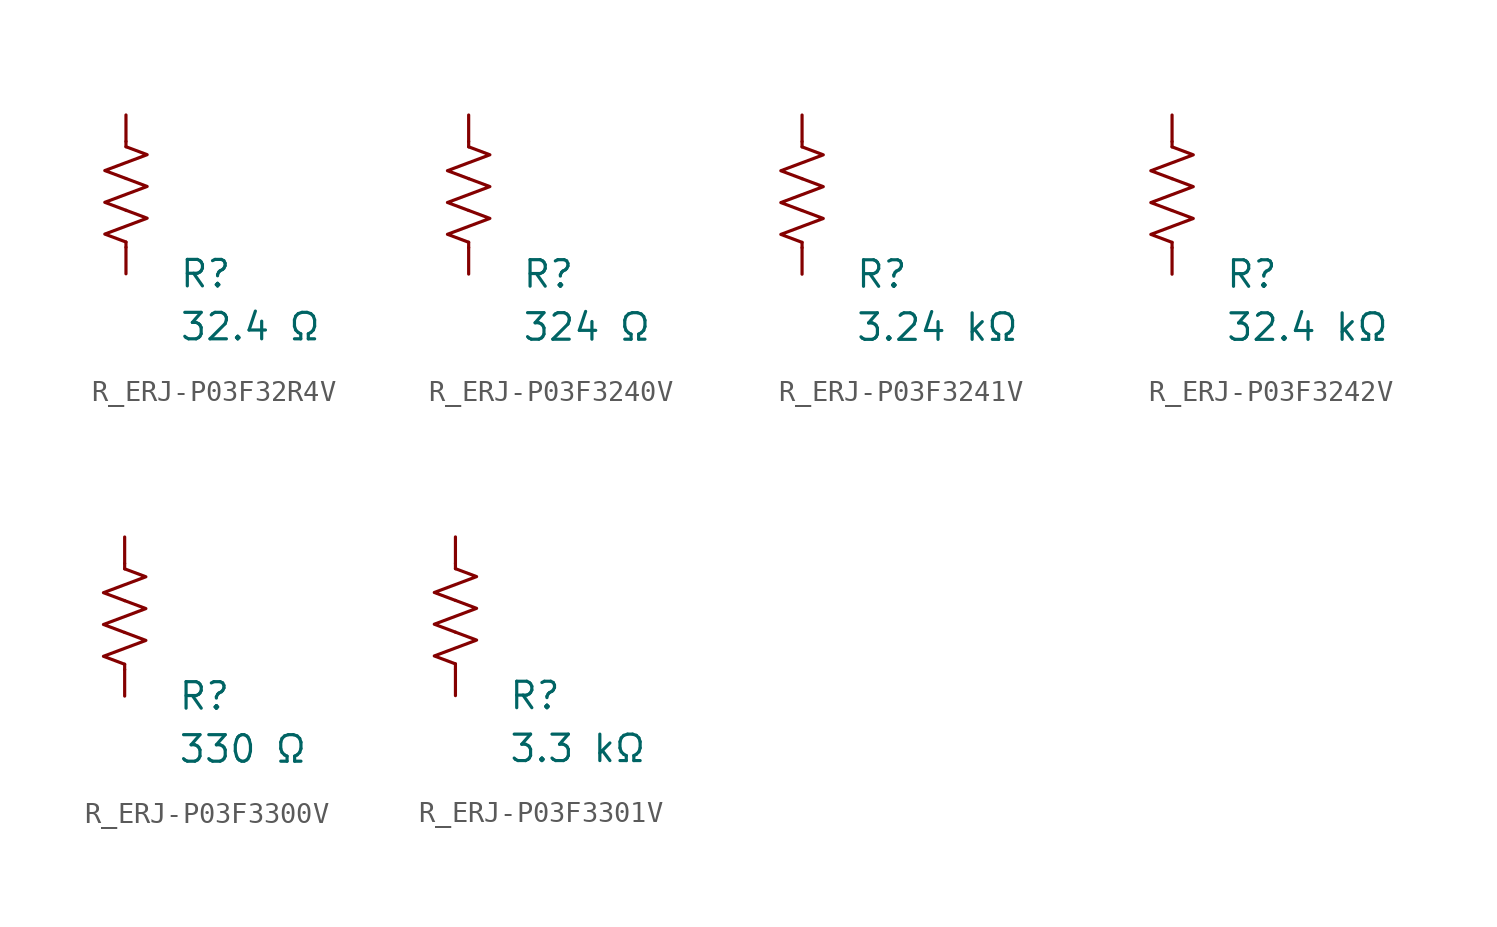
<source format=kicad_sym>
(kicad_symbol_lib
  (version 20231120)
  (generator "kicad_symbol_editor")
  (generator_version "8.0")
  (symbol "R_ERJ-P03F32R4V"
    (pin_numbers hide)
    (pin_names
      (offset 0))
    (property "Reference" "R"
      (at 2.54 -3.81 0)
      (effects (font (size 1.27 1.27)) (justify left))
      (show_name no))
    (property "Value" "32.4 Ω"
      (at 2.54 -6.35 0)
      (effects (font (size 1.27 1.27)) (justify left))
      (show_name no))
    (symbol "R_ERJ-P03F32R4V_0_1"
      (polyline (pts (xy 0 -2.286) (xy 0 -2.54)) (stroke (width 0) (type default)) (fill (type none)))
      (polyline (pts (xy 0 2.286) (xy 0 2.54)) (stroke (width 0) (type default)) (fill (type none)))
      (polyline (pts (xy 0 -0.762) (xy 1.016 -1.143) (xy 0 -1.524) (xy -1.016 -1.905) (xy 0 -2.286)) (stroke (width 0) (type default)) (fill (type none)))
      (polyline (pts (xy 0 0.762) (xy 1.016 0.381) (xy 0 0) (xy -1.016 -0.381) (xy 0 -0.762)) (stroke (width 0) (type default)) (fill (type none)))
      (polyline (pts (xy 0 2.286) (xy 1.016 1.905) (xy 0 1.524) (xy -1.016 1.143) (xy 0 0.762)) (stroke (width 0) (type default)) (fill (type none))))
    (symbol "R_ERJ-P03F32R4V_1_1"
      (pin passive line (at 0 3.81 270) (length 1.27) (name "~" (effects (font (size 1.27 1.27)))) (number "1" (effects (font (size 1.27 1.27)))))
      (pin passive line (at 0 -3.81 90) (length 1.27) (name "~" (effects (font (size 1.27 1.27)))) (number "2" (effects (font (size 1.27 1.27)))))))
  (symbol "R_ERJ-P03F3240V"
    (pin_numbers hide)
    (pin_names
      (offset 0))
    (property "Reference" "R"
      (at 2.54 -3.81 0)
      (effects (font (size 1.27 1.27)) (justify left))
      (show_name no))
    (property "Value" "324 Ω"
      (at 2.54 -6.35 0)
      (effects (font (size 1.27 1.27)) (justify left))
      (show_name no))
    (symbol "R_ERJ-P03F3240V_0_1"
      (polyline (pts (xy 0 -2.286) (xy 0 -2.54)) (stroke (width 0) (type default)) (fill (type none)))
      (polyline (pts (xy 0 2.286) (xy 0 2.54)) (stroke (width 0) (type default)) (fill (type none)))
      (polyline (pts (xy 0 -0.762) (xy 1.016 -1.143) (xy 0 -1.524) (xy -1.016 -1.905) (xy 0 -2.286)) (stroke (width 0) (type default)) (fill (type none)))
      (polyline (pts (xy 0 0.762) (xy 1.016 0.381) (xy 0 0) (xy -1.016 -0.381) (xy 0 -0.762)) (stroke (width 0) (type default)) (fill (type none)))
      (polyline (pts (xy 0 2.286) (xy 1.016 1.905) (xy 0 1.524) (xy -1.016 1.143) (xy 0 0.762)) (stroke (width 0) (type default)) (fill (type none))))
    (symbol "R_ERJ-P03F3240V_1_1"
      (pin passive line (at 0 3.81 270) (length 1.27) (name "~" (effects (font (size 1.27 1.27)))) (number "1" (effects (font (size 1.27 1.27)))))
      (pin passive line (at 0 -3.81 90) (length 1.27) (name "~" (effects (font (size 1.27 1.27)))) (number "2" (effects (font (size 1.27 1.27)))))))
  (symbol "R_ERJ-P03F3241V"
    (pin_numbers hide)
    (pin_names
      (offset 0))
    (property "Reference" "R"
      (at 2.54 -3.81 0)
      (effects (font (size 1.27 1.27)) (justify left))
      (show_name no))
    (property "Value" "3.24 kΩ"
      (at 2.54 -6.35 0)
      (effects (font (size 1.27 1.27)) (justify left))
      (show_name no))
    (symbol "R_ERJ-P03F3241V_0_1"
      (polyline (pts (xy 0 -2.286) (xy 0 -2.54)) (stroke (width 0) (type default)) (fill (type none)))
      (polyline (pts (xy 0 2.286) (xy 0 2.54)) (stroke (width 0) (type default)) (fill (type none)))
      (polyline (pts (xy 0 -0.762) (xy 1.016 -1.143) (xy 0 -1.524) (xy -1.016 -1.905) (xy 0 -2.286)) (stroke (width 0) (type default)) (fill (type none)))
      (polyline (pts (xy 0 0.762) (xy 1.016 0.381) (xy 0 0) (xy -1.016 -0.381) (xy 0 -0.762)) (stroke (width 0) (type default)) (fill (type none)))
      (polyline (pts (xy 0 2.286) (xy 1.016 1.905) (xy 0 1.524) (xy -1.016 1.143) (xy 0 0.762)) (stroke (width 0) (type default)) (fill (type none))))
    (symbol "R_ERJ-P03F3241V_1_1"
      (pin passive line (at 0 3.81 270) (length 1.27) (name "~" (effects (font (size 1.27 1.27)))) (number "1" (effects (font (size 1.27 1.27)))))
      (pin passive line (at 0 -3.81 90) (length 1.27) (name "~" (effects (font (size 1.27 1.27)))) (number "2" (effects (font (size 1.27 1.27)))))))
  (symbol "R_ERJ-P03F3242V"
    (pin_numbers hide)
    (pin_names
      (offset 0))
    (property "Reference" "R"
      (at 2.54 -3.81 0)
      (effects (font (size 1.27 1.27)) (justify left))
      (show_name no))
    (property "Value" "32.4 kΩ"
      (at 2.54 -6.35 0)
      (effects (font (size 1.27 1.27)) (justify left))
      (show_name no))
    (symbol "R_ERJ-P03F3242V_0_1"
      (polyline (pts (xy 0 -2.286) (xy 0 -2.54)) (stroke (width 0) (type default)) (fill (type none)))
      (polyline (pts (xy 0 2.286) (xy 0 2.54)) (stroke (width 0) (type default)) (fill (type none)))
      (polyline (pts (xy 0 -0.762) (xy 1.016 -1.143) (xy 0 -1.524) (xy -1.016 -1.905) (xy 0 -2.286)) (stroke (width 0) (type default)) (fill (type none)))
      (polyline (pts (xy 0 0.762) (xy 1.016 0.381) (xy 0 0) (xy -1.016 -0.381) (xy 0 -0.762)) (stroke (width 0) (type default)) (fill (type none)))
      (polyline (pts (xy 0 2.286) (xy 1.016 1.905) (xy 0 1.524) (xy -1.016 1.143) (xy 0 0.762)) (stroke (width 0) (type default)) (fill (type none))))
    (symbol "R_ERJ-P03F3242V_1_1"
      (pin passive line (at 0 3.81 270) (length 1.27) (name "~" (effects (font (size 1.27 1.27)))) (number "1" (effects (font (size 1.27 1.27)))))
      (pin passive line (at 0 -3.81 90) (length 1.27) (name "~" (effects (font (size 1.27 1.27)))) (number "2" (effects (font (size 1.27 1.27)))))))
  (symbol "R_ERJ-P03F3300V"
    (pin_numbers hide)
    (pin_names
      (offset 0))
    (property "Reference" "R"
      (at 2.54 -3.81 0)
      (effects (font (size 1.27 1.27)) (justify left))
      (show_name no))
    (property "Value" "330 Ω"
      (at 2.54 -6.35 0)
      (effects (font (size 1.27 1.27)) (justify left))
      (show_name no))
    (symbol "R_ERJ-P03F3300V_0_1"
      (polyline (pts (xy 0 -2.286) (xy 0 -2.54)) (stroke (width 0) (type default)) (fill (type none)))
      (polyline (pts (xy 0 2.286) (xy 0 2.54)) (stroke (width 0) (type default)) (fill (type none)))
      (polyline (pts (xy 0 -0.762) (xy 1.016 -1.143) (xy 0 -1.524) (xy -1.016 -1.905) (xy 0 -2.286)) (stroke (width 0) (type default)) (fill (type none)))
      (polyline (pts (xy 0 0.762) (xy 1.016 0.381) (xy 0 0) (xy -1.016 -0.381) (xy 0 -0.762)) (stroke (width 0) (type default)) (fill (type none)))
      (polyline (pts (xy 0 2.286) (xy 1.016 1.905) (xy 0 1.524) (xy -1.016 1.143) (xy 0 0.762)) (stroke (width 0) (type default)) (fill (type none))))
    (symbol "R_ERJ-P03F3300V_1_1"
      (pin passive line (at 0 3.81 270) (length 1.27) (name "~" (effects (font (size 1.27 1.27)))) (number "1" (effects (font (size 1.27 1.27)))))
      (pin passive line (at 0 -3.81 90) (length 1.27) (name "~" (effects (font (size 1.27 1.27)))) (number "2" (effects (font (size 1.27 1.27)))))))
  (symbol "R_ERJ-P03F3301V"
    (pin_numbers hide)
    (pin_names
      (offset 0))
    (property "Reference" "R"
      (at 2.54 -3.81 0)
      (effects (font (size 1.27 1.27)) (justify left))
      (show_name no))
    (property "Value" "3.3 kΩ"
      (at 2.54 -6.35 0)
      (effects (font (size 1.27 1.27)) (justify left))
      (show_name no))
    (symbol "R_ERJ-P03F3301V_0_1"
      (polyline (pts (xy 0 -2.286) (xy 0 -2.54)) (stroke (width 0) (type default)) (fill (type none)))
      (polyline (pts (xy 0 2.286) (xy 0 2.54)) (stroke (width 0) (type default)) (fill (type none)))
      (polyline (pts (xy 0 -0.762) (xy 1.016 -1.143) (xy 0 -1.524) (xy -1.016 -1.905) (xy 0 -2.286)) (stroke (width 0) (type default)) (fill (type none)))
      (polyline (pts (xy 0 0.762) (xy 1.016 0.381) (xy 0 0) (xy -1.016 -0.381) (xy 0 -0.762)) (stroke (width 0) (type default)) (fill (type none)))
      (polyline (pts (xy 0 2.286) (xy 1.016 1.905) (xy 0 1.524) (xy -1.016 1.143) (xy 0 0.762)) (stroke (width 0) (type default)) (fill (type none))))
    (symbol "R_ERJ-P03F3301V_1_1"
      (pin passive line (at 0 3.81 270) (length 1.27) (name "~" (effects (font (size 1.27 1.27)))) (number "1" (effects (font (size 1.27 1.27)))))
      (pin passive line (at 0 -3.81 90) (length 1.27) (name "~" (effects (font (size 1.27 1.27)))) (number "2" (effects (font (size 1.27 1.27))))))))
</source>
